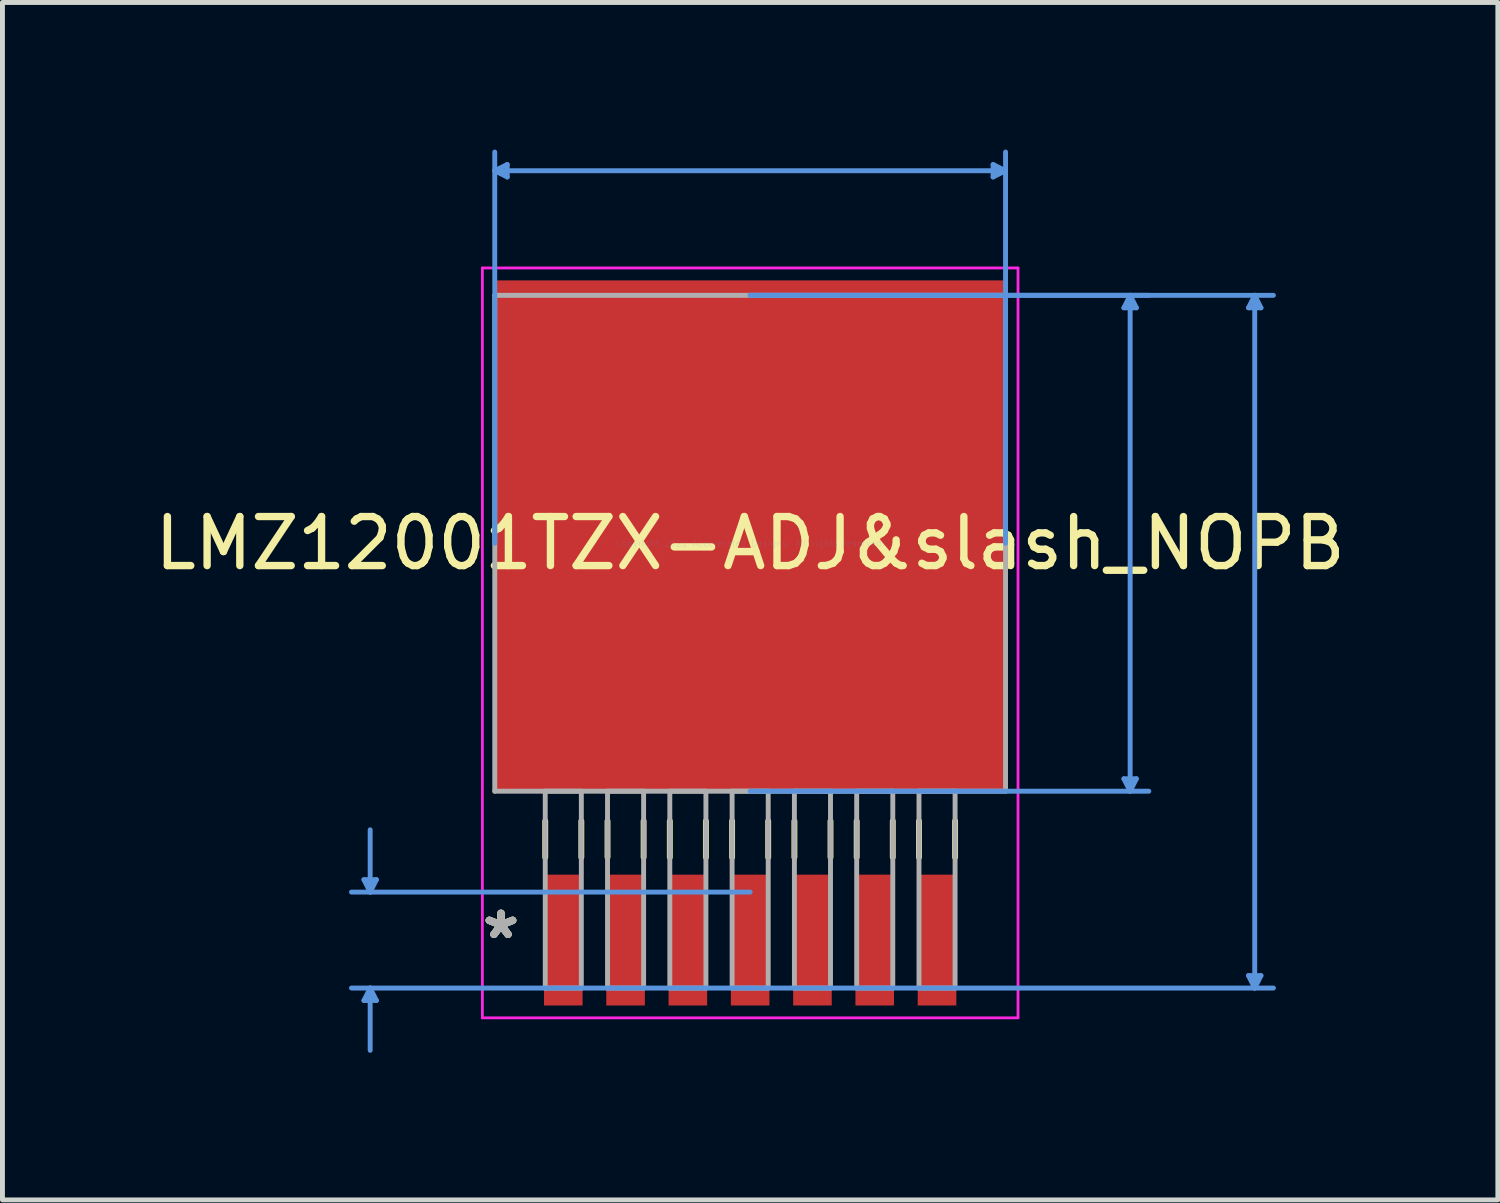
<source format=kicad_pcb>
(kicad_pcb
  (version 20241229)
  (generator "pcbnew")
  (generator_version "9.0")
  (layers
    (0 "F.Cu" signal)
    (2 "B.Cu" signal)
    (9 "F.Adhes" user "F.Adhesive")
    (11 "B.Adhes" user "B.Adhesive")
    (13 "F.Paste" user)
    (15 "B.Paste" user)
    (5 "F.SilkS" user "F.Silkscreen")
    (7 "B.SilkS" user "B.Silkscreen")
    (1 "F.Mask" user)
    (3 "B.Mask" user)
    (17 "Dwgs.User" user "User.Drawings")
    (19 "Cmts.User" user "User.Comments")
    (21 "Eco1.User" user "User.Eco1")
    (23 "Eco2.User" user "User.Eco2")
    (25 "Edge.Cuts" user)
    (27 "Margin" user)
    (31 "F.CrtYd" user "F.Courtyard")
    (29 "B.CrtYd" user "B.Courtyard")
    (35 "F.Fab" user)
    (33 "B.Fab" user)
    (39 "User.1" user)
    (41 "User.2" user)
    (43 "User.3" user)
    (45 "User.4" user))
  (footprint "LMZ12001TZX-ADJ&slash_NOPB"
    (layer "F.Cu")
    (at 12.244 8.026)
    (property "Reference" "LMZ12001TZX-ADJ&slash_NOPB" (at 0 0 0) (layer "F.SilkS") (effects (font (size 1 1) (thickness 0.15))))
    (attr through_hole)
    (fp_line (start -4.178 5.664) (end -4.178 6.401) (stroke (width 0.12) (type solid)) (layer "F.SilkS"))
    (fp_line (start -3.442 5.664) (end -3.442 6.401) (stroke (width 0.12) (type solid)) (layer "F.SilkS"))
    (fp_line (start -2.908 5.664) (end -2.908 6.401) (stroke (width 0.12) (type solid)) (layer "F.SilkS"))
    (fp_line (start -2.172 5.664) (end -2.172 6.401) (stroke (width 0.12) (type solid)) (layer "F.SilkS"))
    (fp_line (start -1.638 5.664) (end -1.638 6.401) (stroke (width 0.12) (type solid)) (layer "F.SilkS"))
    (fp_line (start -0.902 5.664) (end -0.902 6.401) (stroke (width 0.12) (type solid)) (layer "F.SilkS"))
    (fp_line (start -0.368 5.664) (end -0.368 6.401) (stroke (width 0.12) (type solid)) (layer "F.SilkS"))
    (fp_line (start 0.368 5.664) (end 0.368 6.401) (stroke (width 0.12) (type solid)) (layer "F.SilkS"))
    (fp_line (start 0.902 5.664) (end 0.902 6.401) (stroke (width 0.12) (type solid)) (layer "F.SilkS"))
    (fp_line (start 1.638 5.664) (end 1.638 6.401) (stroke (width 0.12) (type solid)) (layer "F.SilkS"))
    (fp_line (start 2.172 5.664) (end 2.172 6.401) (stroke (width 0.12) (type solid)) (layer "F.SilkS"))
    (fp_line (start 2.908 5.664) (end 2.908 6.401) (stroke (width 0.12) (type solid)) (layer "F.SilkS"))
    (fp_line (start 3.442 5.664) (end 3.442 6.401) (stroke (width 0.12) (type solid)) (layer "F.SilkS"))
    (fp_line (start 4.178 5.664) (end 4.178 6.401) (stroke (width 0.12) (type solid)) (layer "F.SilkS"))
    (fp_line (start -7.874 6.858) (end -7.62 6.858) (stroke (width 0.1) (type solid)) (layer "Cmts.User"))
    (fp_line (start -7.874 9.322) (end -7.62 9.322) (stroke (width 0.1) (type solid)) (layer "Cmts.User"))
    (fp_line (start -7.747 7.112) (end -7.874 6.858) (stroke (width 0.1) (type solid)) (layer "Cmts.User"))
    (fp_line (start -7.747 7.112) (end -7.747 5.842) (stroke (width 0.1) (type solid)) (layer "Cmts.User"))
    (fp_line (start -7.747 7.112) (end -7.62 6.858) (stroke (width 0.1) (type solid)) (layer "Cmts.User"))
    (fp_line (start -7.747 9.068) (end -7.874 9.322) (stroke (width 0.1) (type solid)) (layer "Cmts.User"))
    (fp_line (start -7.747 9.068) (end -7.747 10.338) (stroke (width 0.1) (type solid)) (layer "Cmts.User"))
    (fp_line (start -7.747 9.068) (end -7.62 9.322) (stroke (width 0.1) (type solid)) (layer "Cmts.User"))
    (fp_line (start -5.207 -7.595) (end -4.953 -7.722) (stroke (width 0.1) (type solid)) (layer "Cmts.User"))
    (fp_line (start -5.207 -7.595) (end -4.953 -7.468) (stroke (width 0.1) (type solid)) (layer "Cmts.User"))
    (fp_line (start -5.207 -7.595) (end 5.207 -7.595) (stroke (width 0.1) (type solid)) (layer "Cmts.User"))
    (fp_line (start -5.207 0) (end -5.207 -7.976) (stroke (width 0.1) (type solid)) (layer "Cmts.User"))
    (fp_line (start -4.953 -7.722) (end -4.953 -7.468) (stroke (width 0.1) (type solid)) (layer "Cmts.User"))
    (fp_line (start 0 -5.055) (end 8.128 -5.055) (stroke (width 0.1) (type solid)) (layer "Cmts.User"))
    (fp_line (start 0 -5.055) (end 10.668 -5.055) (stroke (width 0.1) (type solid)) (layer "Cmts.User"))
    (fp_line (start 0 5.055) (end 8.128 5.055) (stroke (width 0.1) (type solid)) (layer "Cmts.User"))
    (fp_line (start 0 7.112) (end -8.128 7.112) (stroke (width 0.1) (type solid)) (layer "Cmts.User"))
    (fp_line (start 0 9.068) (end -8.128 9.068) (stroke (width 0.1) (type solid)) (layer "Cmts.User"))
    (fp_line (start 0 9.068) (end 10.668 9.068) (stroke (width 0.1) (type solid)) (layer "Cmts.User"))
    (fp_line (start 4.953 -7.722) (end 4.953 -7.468) (stroke (width 0.1) (type solid)) (layer "Cmts.User"))
    (fp_line (start 5.207 -7.595) (end 4.953 -7.722) (stroke (width 0.1) (type solid)) (layer "Cmts.User"))
    (fp_line (start 5.207 -7.595) (end 4.953 -7.468) (stroke (width 0.1) (type solid)) (layer "Cmts.User"))
    (fp_line (start 5.207 0) (end 5.207 -7.976) (stroke (width 0.1) (type solid)) (layer "Cmts.User"))
    (fp_line (start 7.62 -4.801) (end 7.874 -4.801) (stroke (width 0.1) (type solid)) (layer "Cmts.User"))
    (fp_line (start 7.62 4.801) (end 7.874 4.801) (stroke (width 0.1) (type solid)) (layer "Cmts.User"))
    (fp_line (start 7.747 -5.055) (end 7.62 -4.801) (stroke (width 0.1) (type solid)) (layer "Cmts.User"))
    (fp_line (start 7.747 -5.055) (end 7.747 5.055) (stroke (width 0.1) (type solid)) (layer "Cmts.User"))
    (fp_line (start 7.747 -5.055) (end 7.874 -4.801) (stroke (width 0.1) (type solid)) (layer "Cmts.User"))
    (fp_line (start 7.747 5.055) (end 7.62 4.801) (stroke (width 0.1) (type solid)) (layer "Cmts.User"))
    (fp_line (start 7.747 5.055) (end 7.874 4.801) (stroke (width 0.1) (type solid)) (layer "Cmts.User"))
    (fp_line (start 10.16 -4.801) (end 10.414 -4.801) (stroke (width 0.1) (type solid)) (layer "Cmts.User"))
    (fp_line (start 10.16 8.814) (end 10.414 8.814) (stroke (width 0.1) (type solid)) (layer "Cmts.User"))
    (fp_line (start 10.287 -5.055) (end 10.16 -4.801) (stroke (width 0.1) (type solid)) (layer "Cmts.User"))
    (fp_line (start 10.287 -5.055) (end 10.287 9.068) (stroke (width 0.1) (type solid)) (layer "Cmts.User"))
    (fp_line (start 10.287 -5.055) (end 10.414 -4.801) (stroke (width 0.1) (type solid)) (layer "Cmts.User"))
    (fp_line (start 10.287 9.068) (end 10.16 8.814) (stroke (width 0.1) (type solid)) (layer "Cmts.User"))
    (fp_line (start 10.287 9.068) (end 10.414 8.814) (stroke (width 0.1) (type solid)) (layer "Cmts.User"))
    (fp_line (start -5.461 -5.613) (end 5.461 -5.613) (stroke (width 0.05) (type solid)) (layer "F.CrtYd"))
    (fp_line (start -5.461 -5.613) (end 5.461 -5.613) (stroke (width 0.05) (type solid)) (layer "F.CrtYd"))
    (fp_line (start -5.461 9.677) (end -5.461 -5.613) (stroke (width 0.05) (type solid)) (layer "F.CrtYd"))
    (fp_line (start -5.461 9.677) (end -5.461 -5.613) (stroke (width 0.05) (type solid)) (layer "F.CrtYd"))
    (fp_line (start 5.461 -5.613) (end 5.461 9.677) (stroke (width 0.05) (type solid)) (layer "F.CrtYd"))
    (fp_line (start 5.461 -5.613) (end 5.461 9.677) (stroke (width 0.05) (type solid)) (layer "F.CrtYd"))
    (fp_line (start 5.461 9.677) (end -5.461 9.677) (stroke (width 0.05) (type solid)) (layer "F.CrtYd"))
    (fp_line (start 5.461 9.677) (end -5.461 9.677) (stroke (width 0.05) (type solid)) (layer "F.CrtYd"))
    (fp_line (start -5.207 -5.055) (end -5.207 5.055) (stroke (width 0.1) (type solid)) (layer "F.Fab"))
    (fp_line (start -5.207 5.055) (end 5.207 5.055) (stroke (width 0.1) (type solid)) (layer "F.Fab"))
    (fp_line (start -4.178 5.055) (end -4.178 9.068) (stroke (width 0.1) (type solid)) (layer "F.Fab"))
    (fp_line (start -4.178 9.068) (end -3.442 9.068) (stroke (width 0.1) (type solid)) (layer "F.Fab"))
    (fp_line (start -3.442 5.055) (end -4.178 5.055) (stroke (width 0.1) (type solid)) (layer "F.Fab"))
    (fp_line (start -3.442 9.068) (end -3.442 5.055) (stroke (width 0.1) (type solid)) (layer "F.Fab"))
    (fp_line (start -2.908 5.055) (end -2.908 9.068) (stroke (width 0.1) (type solid)) (layer "F.Fab"))
    (fp_line (start -2.908 9.068) (end -2.172 9.068) (stroke (width 0.1) (type solid)) (layer "F.Fab"))
    (fp_line (start -2.172 5.055) (end -2.908 5.055) (stroke (width 0.1) (type solid)) (layer "F.Fab"))
    (fp_line (start -2.172 9.068) (end -2.172 5.055) (stroke (width 0.1) (type solid)) (layer "F.Fab"))
    (fp_line (start -1.638 5.055) (end -1.638 9.068) (stroke (width 0.1) (type solid)) (layer "F.Fab"))
    (fp_line (start -1.638 9.068) (end -0.902 9.068) (stroke (width 0.1) (type solid)) (layer "F.Fab"))
    (fp_line (start -0.902 5.055) (end -1.638 5.055) (stroke (width 0.1) (type solid)) (layer "F.Fab"))
    (fp_line (start -0.902 9.068) (end -0.902 5.055) (stroke (width 0.1) (type solid)) (layer "F.Fab"))
    (fp_line (start -0.368 5.055) (end -0.368 9.068) (stroke (width 0.1) (type solid)) (layer "F.Fab"))
    (fp_line (start -0.368 9.068) (end 0.368 9.068) (stroke (width 0.1) (type solid)) (layer "F.Fab"))
    (fp_line (start 0.368 5.055) (end -0.368 5.055) (stroke (width 0.1) (type solid)) (layer "F.Fab"))
    (fp_line (start 0.368 9.068) (end 0.368 5.055) (stroke (width 0.1) (type solid)) (layer "F.Fab"))
    (fp_line (start 0.902 5.055) (end 0.902 9.068) (stroke (width 0.1) (type solid)) (layer "F.Fab"))
    (fp_line (start 0.902 9.068) (end 1.638 9.068) (stroke (width 0.1) (type solid)) (layer "F.Fab"))
    (fp_line (start 1.638 5.055) (end 0.902 5.055) (stroke (width 0.1) (type solid)) (layer "F.Fab"))
    (fp_line (start 1.638 9.068) (end 1.638 5.055) (stroke (width 0.1) (type solid)) (layer "F.Fab"))
    (fp_line (start 2.172 5.055) (end 2.172 9.068) (stroke (width 0.1) (type solid)) (layer "F.Fab"))
    (fp_line (start 2.172 9.068) (end 2.908 9.068) (stroke (width 0.1) (type solid)) (layer "F.Fab"))
    (fp_line (start 2.908 5.055) (end 2.172 5.055) (stroke (width 0.1) (type solid)) (layer "F.Fab"))
    (fp_line (start 2.908 9.068) (end 2.908 5.055) (stroke (width 0.1) (type solid)) (layer "F.Fab"))
    (fp_line (start 3.442 5.055) (end 3.442 9.068) (stroke (width 0.1) (type solid)) (layer "F.Fab"))
    (fp_line (start 3.442 9.068) (end 4.178 9.068) (stroke (width 0.1) (type solid)) (layer "F.Fab"))
    (fp_line (start 4.178 5.055) (end 3.442 5.055) (stroke (width 0.1) (type solid)) (layer "F.Fab"))
    (fp_line (start 4.178 9.068) (end 4.178 5.055) (stroke (width 0.1) (type solid)) (layer "F.Fab"))
    (fp_line (start 5.207 -5.055) (end -5.207 -5.055) (stroke (width 0.1) (type solid)) (layer "F.Fab"))
    (fp_line (start 5.207 5.055) (end 5.207 -5.055) (stroke (width 0.1) (type solid)) (layer "F.Fab"))
    (fp_text user "*" (at -5.08 8.09 0) (layer "F.SilkS") (effects (font (size 1 1) (thickness 0.15))))
    (fp_text user "*" (at -5.08 8.09 0) (layer "F.SilkS") (effects (font (size 1 1) (thickness 0.15))))
    (fp_text user "Copyright 2021 Accelerated Designs. All rights reserved." (at 0 0 0) (layer "Cmts.User") (effects (font (size 0.127 0.127) (thickness 0.002))))
    (fp_text user "*" (at -5.08 8.09 0) (layer "F.Fab") (effects (font (size 1 1) (thickness 0.15))))
    (fp_text user "*" (at -5.08 8.09 0) (layer "F.Fab") (effects (font (size 1 1) (thickness 0.15))))
    (pad "1" smd rect (at -3.81 8.09) (size 0.787 2.667) (layers "F.Cu" "F.Mask" "F.Paste"))
    (pad "2" smd rect (at -2.54 8.09) (size 0.787 2.667) (layers "F.Cu" "F.Mask" "F.Paste"))
    (pad "3" smd rect (at -1.27 8.09) (size 0.787 2.667) (layers "F.Cu" "F.Mask" "F.Paste"))
    (pad "4" smd rect (at 0 8.09) (size 0.787 2.667) (layers "F.Cu" "F.Mask" "F.Paste"))
    (pad "5" smd rect (at 1.27 8.09) (size 0.787 2.667) (layers "F.Cu" "F.Mask" "F.Paste"))
    (pad "6" smd rect (at 2.54 8.09) (size 0.787 2.667) (layers "F.Cu" "F.Mask" "F.Paste"))
    (pad "7" smd rect (at 3.81 8.09) (size 0.787 2.667) (layers "F.Cu" "F.Mask" "F.Paste"))
    (pad "8" smd rect (at 0 -0.152) (size 10.414 10.414) (layers "F.Cu" "F.Mask" "F.Paste")))
  (gr_rect
    (start -3 -3)
    (end 27.488 21.413)
    (stroke (width 0.1) (type default))
    (fill no)
    (layer "Edge.Cuts")))
</source>
